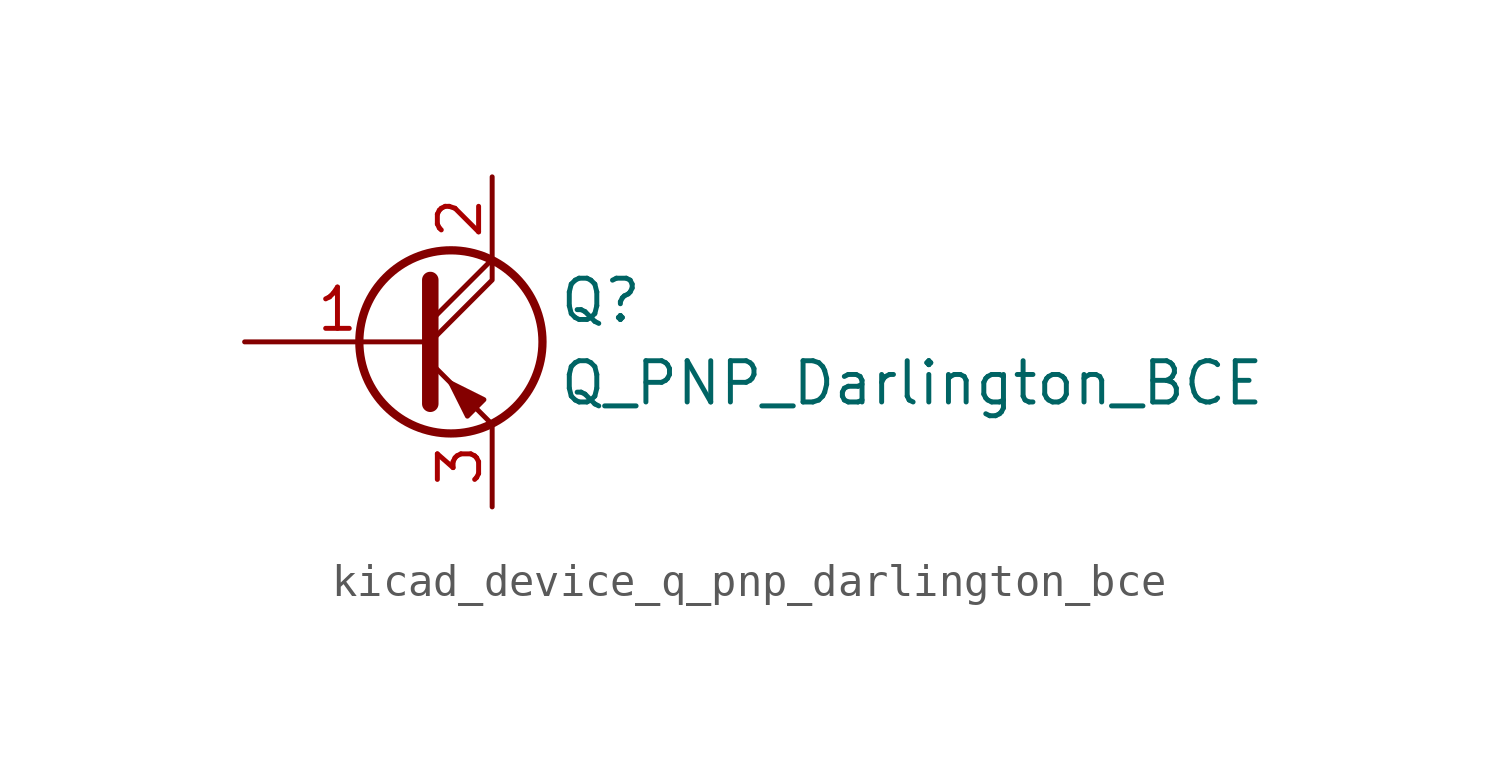
<source format=kicad_sym>
(kicad_symbol_lib
  (version 20220914)
  (generator kicad_symbol_editor)
  (symbol "kicad_device_q_pnp_darlington_bce"
    (pin_names
      (offset 0) hide)
    (property "Reference" "Q"
      (at 4.572 1.27 0)
      (effects (font (size 1.27 1.27)) (justify left)))
    (property "Value" "Q_PNP_Darlington_BCE"
      (at 4.572 -1.27 0)
      (effects (font (size 1.27 1.27)) (justify left)))
    (symbol "kicad_device_q_pnp_darlington_bce_0_1"
      (polyline (pts (xy 0.635 0.635) (xy 2.54 2.54)) (stroke (width 0) (type default)) (fill (type none)))
      (polyline (pts (xy 0.635 -0.635) (xy 2.54 -2.54) (xy 2.54 -2.54)) (stroke (width 0) (type default)) (fill (type none)))
      (polyline (pts (xy 0.635 0) (xy 2.54 1.905) (xy 2.54 2.54)) (stroke (width 0) (type default)) (fill (type none)))
      (polyline (pts (xy 0.635 1.905) (xy 0.635 -1.905) (xy 0.635 -1.905)) (stroke (width 0.508) (type default)) (fill (type none)))
      (polyline (pts (xy 2.286 -1.778) (xy 1.778 -2.286) (xy 1.27 -1.27) (xy 2.286 -1.778) (xy 2.286 -1.778)) (stroke (width 0) (type default)) (fill (type outline)))
      (circle (center 1.27 0) (radius 2.819) (stroke (width 0.254) (type default)) (fill (type none))))
    (symbol "kicad_device_q_pnp_darlington_bce_1_1"
      (pin input line (at -5.08 0 0) (length 5.715) (name "B" (effects (font (size 1.27 1.27)))) (number "1" (effects (font (size 1.27 1.27)))))
      (pin passive line (at 2.54 5.08 270) (length 2.54) (name "C" (effects (font (size 1.27 1.27)))) (number "2" (effects (font (size 1.27 1.27)))))
      (pin passive line (at 2.54 -5.08 90) (length 2.54) (name "E" (effects (font (size 1.27 1.27)))) (number "3" (effects (font (size 1.27 1.27))))))))
</source>
